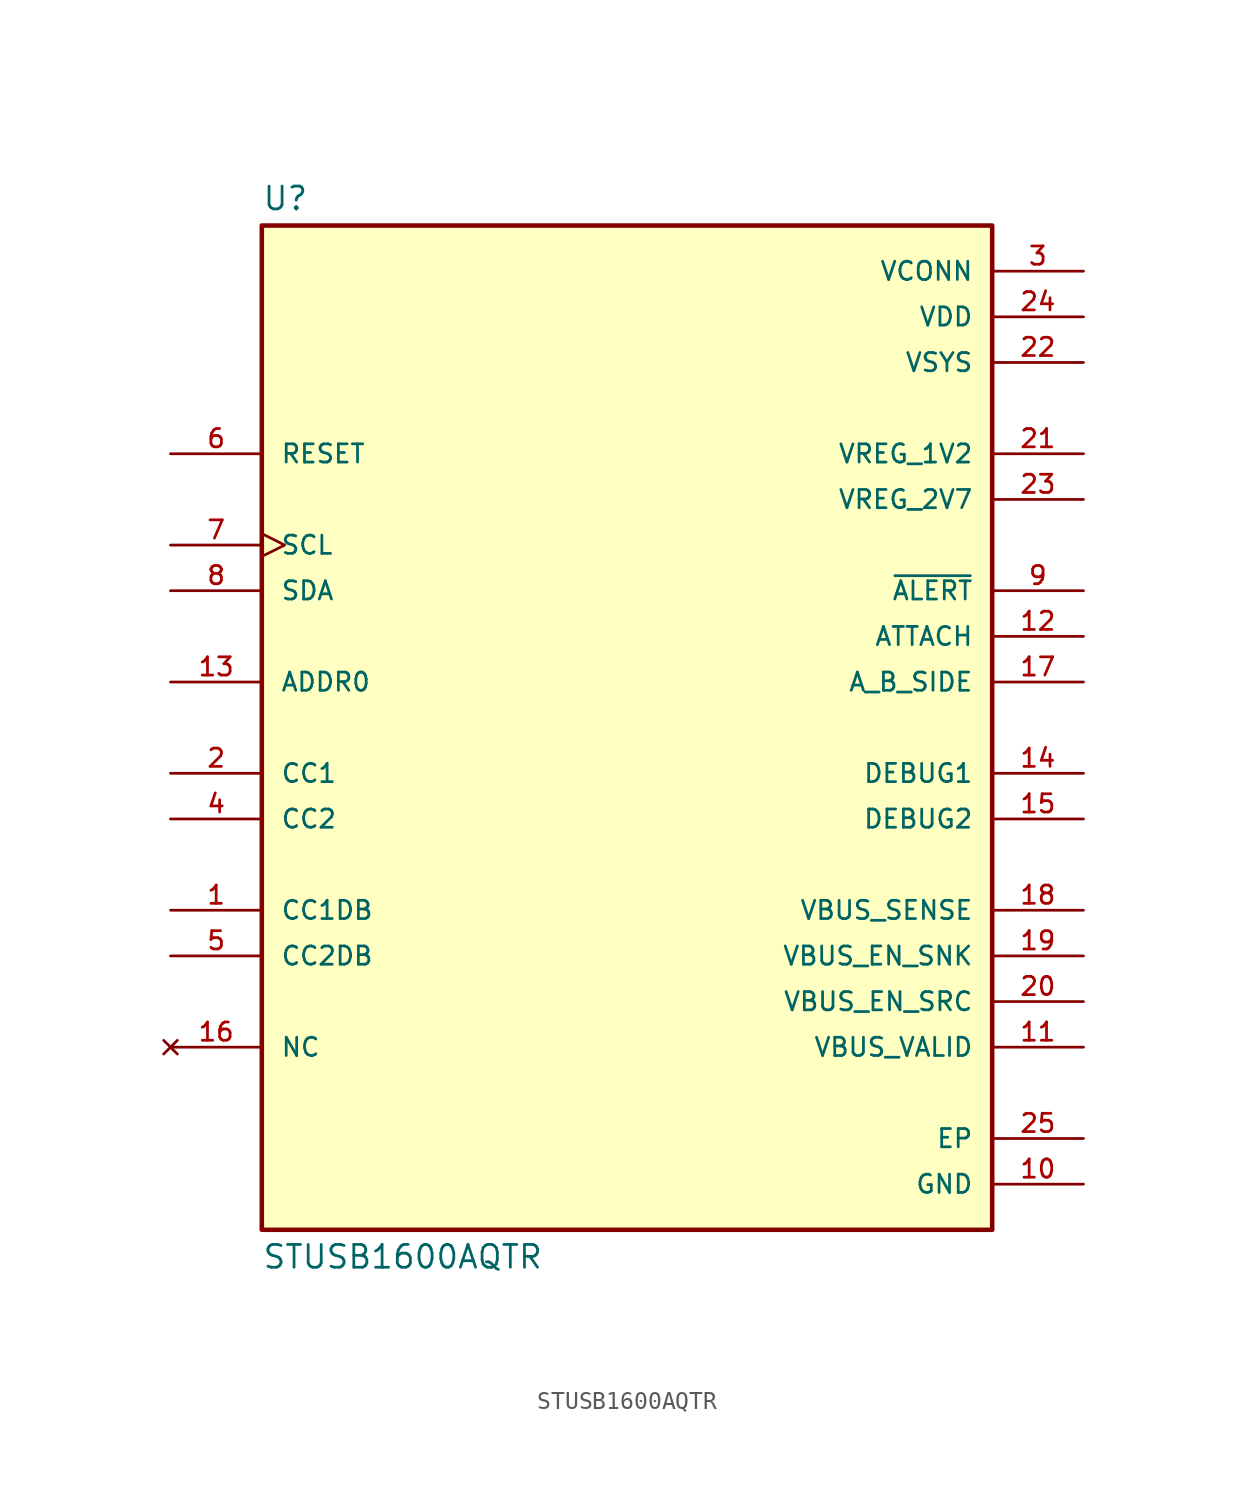
<source format=kicad_sym>
(kicad_symbol_lib
  (version 20211014)
  (generator kicad_symbol_editor)
  (symbol "STUSB1600AQTR"
    (pin_names
      (offset 1.016))
    (property "Reference" "U"
      (at -20.32 28.702 0)
      (effects (font (size 1.27 1.27)) (justify bottom left)))
    (property "Value" "STUSB1600AQTR"
      (at -20.32 -28.702 0)
      (effects (font (size 1.27 1.27)) (justify top left)))
    (symbol "STUSB1600AQTR_0_0"
      (rectangle (start -20.32 -27.94) (end 20.32 27.94) (stroke (width 0.254)) (fill (type background)))
      (pin power_in line (at 25.4 25.4 180.0) (length 5.08) (name "VCONN" (effects (font (size 1.016 1.016)))) (number "3" (effects (font (size 1.016 1.016)))))
      (pin power_in line (at 25.4 22.86 180.0) (length 5.08) (name "VDD" (effects (font (size 1.016 1.016)))) (number "24" (effects (font (size 1.016 1.016)))))
      (pin output line (at 25.4 15.24 180.0) (length 5.08) (name "VREG_1V2" (effects (font (size 1.016 1.016)))) (number "21" (effects (font (size 1.016 1.016)))))
      (pin output line (at 25.4 12.7 180.0) (length 5.08) (name "VREG_2V7" (effects (font (size 1.016 1.016)))) (number "23" (effects (font (size 1.016 1.016)))))
      (pin power_in line (at 25.4 20.32 180.0) (length 5.08) (name "VSYS" (effects (font (size 1.016 1.016)))) (number "22" (effects (font (size 1.016 1.016)))))
      (pin input line (at -25.4 2.54 0) (length 5.08) (name "ADDR0" (effects (font (size 1.016 1.016)))) (number "13" (effects (font (size 1.016 1.016)))))
      (pin input line (at -25.4 15.24 0) (length 5.08) (name "RESET" (effects (font (size 1.016 1.016)))) (number "6" (effects (font (size 1.016 1.016)))))
      (pin input clock (at -25.4 10.16 0) (length 5.08) (name "SCL" (effects (font (size 1.016 1.016)))) (number "7" (effects (font (size 1.016 1.016)))))
      (pin input line (at 25.4 -10.16 180.0) (length 5.08) (name "VBUS_SENSE" (effects (font (size 1.016 1.016)))) (number "18" (effects (font (size 1.016 1.016)))))
      (pin bidirectional line (at -25.4 -2.54 0) (length 5.08) (name "CC1" (effects (font (size 1.016 1.016)))) (number "2" (effects (font (size 1.016 1.016)))))
      (pin bidirectional line (at -25.4 -10.16 0) (length 5.08) (name "CC1DB" (effects (font (size 1.016 1.016)))) (number "1" (effects (font (size 1.016 1.016)))))
      (pin bidirectional line (at -25.4 -5.08 0) (length 5.08) (name "CC2" (effects (font (size 1.016 1.016)))) (number "4" (effects (font (size 1.016 1.016)))))
      (pin bidirectional line (at -25.4 -12.7 0) (length 5.08) (name "CC2DB" (effects (font (size 1.016 1.016)))) (number "5" (effects (font (size 1.016 1.016)))))
      (pin bidirectional line (at -25.4 7.62 0) (length 5.08) (name "SDA" (effects (font (size 1.016 1.016)))) (number "8" (effects (font (size 1.016 1.016)))))
      (pin output line (at 25.4 7.62 180.0) (length 5.08) (name "~{ALERT}" (effects (font (size 1.016 1.016)))) (number "9" (effects (font (size 1.016 1.016)))))
      (pin output line (at 25.4 2.54 180.0) (length 5.08) (name "A_B_SIDE" (effects (font (size 1.016 1.016)))) (number "17" (effects (font (size 1.016 1.016)))))
      (pin output line (at 25.4 5.08 180.0) (length 5.08) (name "ATTACH" (effects (font (size 1.016 1.016)))) (number "12" (effects (font (size 1.016 1.016)))))
      (pin output line (at 25.4 -2.54 180.0) (length 5.08) (name "DEBUG1" (effects (font (size 1.016 1.016)))) (number "14" (effects (font (size 1.016 1.016)))))
      (pin output line (at 25.4 -5.08 180.0) (length 5.08) (name "DEBUG2" (effects (font (size 1.016 1.016)))) (number "15" (effects (font (size 1.016 1.016)))))
      (pin output line (at 25.4 -12.7 180.0) (length 5.08) (name "VBUS_EN_SNK" (effects (font (size 1.016 1.016)))) (number "19" (effects (font (size 1.016 1.016)))))
      (pin output line (at 25.4 -15.24 180.0) (length 5.08) (name "VBUS_EN_SRC" (effects (font (size 1.016 1.016)))) (number "20" (effects (font (size 1.016 1.016)))))
      (pin output line (at 25.4 -17.78 180.0) (length 5.08) (name "VBUS_VALID" (effects (font (size 1.016 1.016)))) (number "11" (effects (font (size 1.016 1.016)))))
      (pin no_connect line (at -25.4 -17.78 0) (length 5.08) (name "NC" (effects (font (size 1.016 1.016)))) (number "16" (effects (font (size 1.016 1.016)))))
      (pin power_in line (at 25.4 -25.4 180.0) (length 5.08) (name "GND" (effects (font (size 1.016 1.016)))) (number "10" (effects (font (size 1.016 1.016)))))
      (pin power_in line (at 25.4 -22.86 180.0) (length 5.08) (name "EP" (effects (font (size 1.016 1.016)))) (number "25" (effects (font (size 1.016 1.016))))))))
</source>
